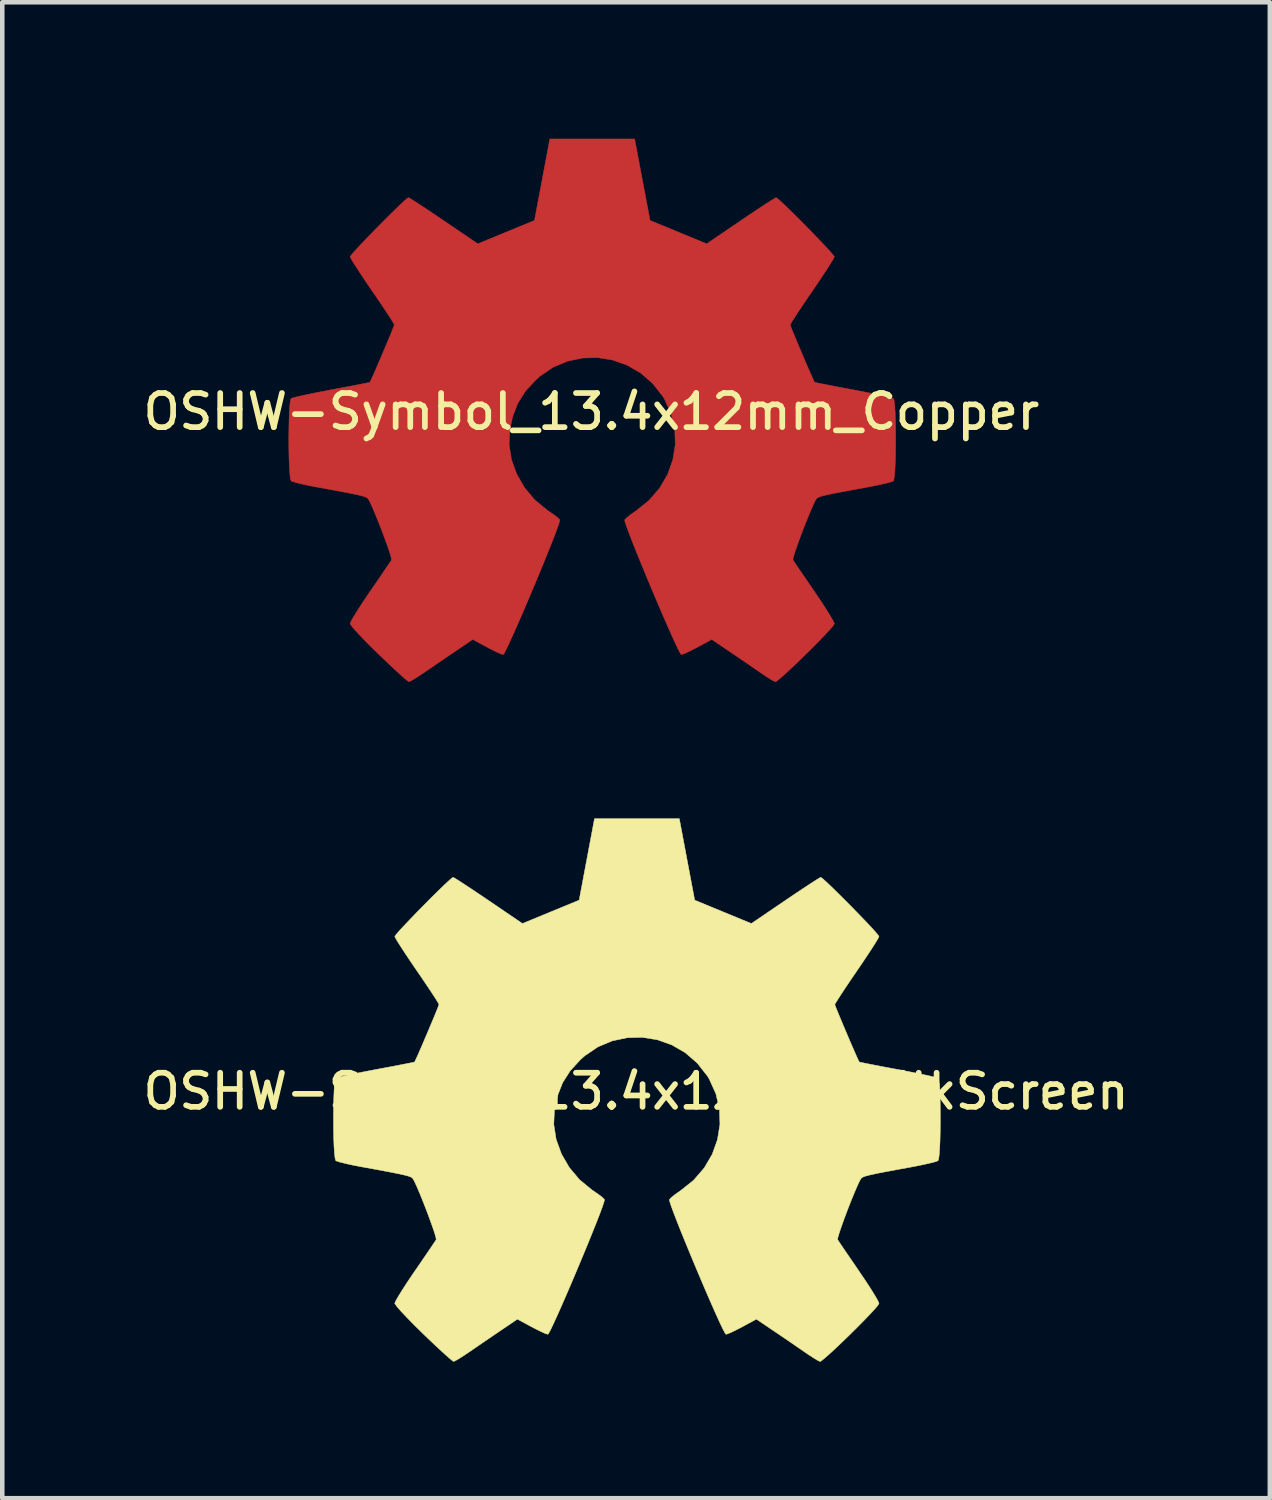
<source format=kicad_pcb>
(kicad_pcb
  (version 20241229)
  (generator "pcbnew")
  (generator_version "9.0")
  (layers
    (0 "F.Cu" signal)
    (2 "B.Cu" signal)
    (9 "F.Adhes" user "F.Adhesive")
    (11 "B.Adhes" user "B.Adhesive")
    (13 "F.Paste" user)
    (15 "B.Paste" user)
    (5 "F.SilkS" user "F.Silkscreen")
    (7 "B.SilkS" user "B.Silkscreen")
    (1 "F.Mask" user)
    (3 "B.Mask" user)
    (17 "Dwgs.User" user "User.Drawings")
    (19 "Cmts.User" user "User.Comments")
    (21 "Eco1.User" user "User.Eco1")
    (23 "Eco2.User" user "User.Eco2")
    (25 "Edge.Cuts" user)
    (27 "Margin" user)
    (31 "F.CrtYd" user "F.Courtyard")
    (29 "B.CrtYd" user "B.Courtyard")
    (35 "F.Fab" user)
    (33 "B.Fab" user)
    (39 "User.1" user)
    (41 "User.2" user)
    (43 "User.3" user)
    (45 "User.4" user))
  (footprint "OSHW-Symbol_13.4x12mm_Copper"
    (layer "F.Cu")
    (at 9.952 6)
    (property "Reference" "OSHW-Symbol_13.4x12mm_Copper" (at 0 0 0) (layer "F.SilkS") (effects (font (size 0.75 0.75) (thickness 0.125))))
    (attr exclude_from_pos_files exclude_from_bom allow_missing_courtyard)
    (fp_poly (pts (xy 1.12 -5.099) (xy 1.289 -4.204) (xy 1.912 -3.947) (xy 2.535 -3.69) (xy 3.282 -4.198) (xy 3.492 -4.34) (xy 3.681 -4.466) (xy 3.841 -4.571) (xy 3.964 -4.65) (xy 4.04 -4.696) (xy 4.06 -4.706) (xy 4.098 -4.681) (xy 4.177 -4.61) (xy 4.29 -4.503) (xy 4.428 -4.368) (xy 4.581 -4.216) (xy 4.741 -4.055) (xy 4.898 -3.893) (xy 5.045 -3.741) (xy 5.171 -3.607) (xy 5.268 -3.5) (xy 5.327 -3.429) (xy 5.341 -3.406) (xy 5.321 -3.362) (xy 5.264 -3.267) (xy 5.176 -3.128) (xy 5.063 -2.957) (xy 4.932 -2.762) (xy 4.856 -2.651) (xy 4.717 -2.447) (xy 4.594 -2.264) (xy 4.492 -2.109) (xy 4.418 -1.993) (xy 4.376 -1.924) (xy 4.37 -1.909) (xy 4.384 -1.868) (xy 4.422 -1.772) (xy 4.479 -1.634) (xy 4.548 -1.469) (xy 4.624 -1.289) (xy 4.701 -1.108) (xy 4.774 -0.94) (xy 4.836 -0.798) (xy 4.882 -0.696) (xy 4.906 -0.648) (xy 4.907 -0.646) (xy 4.945 -0.637) (xy 5.046 -0.616) (xy 5.2 -0.586) (xy 5.395 -0.548) (xy 5.622 -0.505) (xy 5.755 -0.481) (xy 5.998 -0.434) (xy 6.217 -0.39) (xy 6.402 -0.351) (xy 6.541 -0.319) (xy 6.623 -0.296) (xy 6.639 -0.289) (xy 6.656 -0.24) (xy 6.669 -0.129) (xy 6.679 0.03) (xy 6.686 0.226) (xy 6.689 0.444) (xy 6.69 0.672) (xy 6.687 0.897) (xy 6.682 1.106) (xy 6.673 1.286) (xy 6.662 1.424) (xy 6.647 1.507) (xy 6.638 1.525) (xy 6.586 1.546) (xy 6.474 1.575) (xy 6.318 1.61) (xy 6.133 1.648) (xy 6.069 1.66) (xy 5.757 1.717) (xy 5.511 1.763) (xy 5.322 1.799) (xy 5.183 1.829) (xy 5.084 1.852) (xy 5.018 1.872) (xy 4.978 1.89) (xy 4.953 1.907) (xy 4.95 1.911) (xy 4.916 1.967) (xy 4.865 2.077) (xy 4.801 2.226) (xy 4.729 2.401) (xy 4.655 2.59) (xy 4.584 2.778) (xy 4.521 2.953) (xy 4.471 3.1) (xy 4.439 3.207) (xy 4.431 3.259) (xy 4.432 3.261) (xy 4.46 3.304) (xy 4.524 3.399) (xy 4.616 3.535) (xy 4.732 3.704) (xy 4.862 3.894) (xy 4.899 3.949) (xy 5.032 4.145) (xy 5.149 4.324) (xy 5.243 4.475) (xy 5.309 4.589) (xy 5.34 4.655) (xy 5.341 4.663) (xy 5.316 4.706) (xy 5.244 4.79) (xy 5.136 4.907) (xy 5.001 5.047) (xy 4.848 5.202) (xy 4.685 5.363) (xy 4.524 5.519) (xy 4.371 5.664) (xy 4.238 5.786) (xy 4.132 5.878) (xy 4.064 5.931) (xy 4.045 5.939) (xy 4 5.919) (xy 3.91 5.865) (xy 3.788 5.786) (xy 3.695 5.722) (xy 3.525 5.605) (xy 3.324 5.467) (xy 3.122 5.33) (xy 3.013 5.257) (xy 2.646 5.008) (xy 2.338 5.175) (xy 2.197 5.248) (xy 2.078 5.305) (xy 1.997 5.337) (xy 1.977 5.341) (xy 1.952 5.308) (xy 1.903 5.214) (xy 1.834 5.068) (xy 1.748 4.879) (xy 1.649 4.655) (xy 1.54 4.405) (xy 1.426 4.137) (xy 1.309 3.861) (xy 1.194 3.585) (xy 1.084 3.317) (xy 0.982 3.067) (xy 0.893 2.842) (xy 0.82 2.652) (xy 0.767 2.506) (xy 0.737 2.411) (xy 0.732 2.379) (xy 0.77 2.338) (xy 0.854 2.27) (xy 0.966 2.191) (xy 0.976 2.185) (xy 1.266 1.953) (xy 1.5 1.682) (xy 1.675 1.382) (xy 1.79 1.06) (xy 1.844 0.725) (xy 1.833 0.386) (xy 1.755 0.052) (xy 1.61 -0.269) (xy 1.567 -0.34) (xy 1.344 -0.623) (xy 1.08 -0.851) (xy 0.786 -1.021) (xy 0.469 -1.134) (xy 0.139 -1.187) (xy -0.195 -1.179) (xy -0.523 -1.11) (xy -0.838 -0.978) (xy -1.129 -0.781) (xy -1.219 -0.701) (xy -1.448 -0.452) (xy -1.615 -0.189) (xy -1.73 0.105) (xy -1.794 0.397) (xy -1.809 0.725) (xy -1.757 1.055) (xy -1.641 1.375) (xy -1.468 1.674) (xy -1.243 1.942) (xy -0.971 2.166) (xy -0.935 2.19) (xy -0.822 2.268) (xy -0.736 2.335) (xy -0.694 2.378) (xy -0.694 2.379) (xy -0.703 2.425) (xy -0.738 2.531) (xy -0.795 2.686) (xy -0.872 2.884) (xy -0.964 3.114) (xy -1.067 3.368) (xy -1.179 3.638) (xy -1.295 3.915) (xy -1.411 4.19) (xy -1.525 4.455) (xy -1.632 4.701) (xy -1.729 4.919) (xy -1.812 5.1) (xy -1.877 5.237) (xy -1.921 5.32) (xy -1.939 5.341) (xy -1.994 5.325) (xy -2.096 5.279) (xy -2.228 5.213) (xy -2.3 5.175) (xy -2.609 5.008) (xy -2.976 5.257) (xy -3.163 5.384) (xy -3.369 5.524) (xy -3.561 5.656) (xy -3.657 5.722) (xy -3.793 5.813) (xy -3.907 5.885) (xy -3.986 5.929) (xy -4.012 5.938) (xy -4.049 5.913) (xy -4.132 5.843) (xy -4.252 5.735) (xy -4.401 5.597) (xy -4.572 5.435) (xy -4.68 5.331) (xy -4.868 5.146) (xy -5.031 4.98) (xy -5.162 4.841) (xy -5.254 4.736) (xy -5.301 4.671) (xy -5.305 4.658) (xy -5.284 4.608) (xy -5.227 4.508) (xy -5.139 4.366) (xy -5.028 4.194) (xy -4.899 4.002) (xy -4.862 3.949) (xy -4.728 3.754) (xy -4.608 3.578) (xy -4.509 3.432) (xy -4.437 3.325) (xy -4.398 3.267) (xy -4.394 3.261) (xy -4.4 3.215) (xy -4.429 3.113) (xy -4.478 2.97) (xy -4.54 2.798) (xy -4.61 2.61) (xy -4.684 2.421) (xy -4.756 2.243) (xy -4.821 2.091) (xy -4.874 1.976) (xy -4.91 1.914) (xy -4.913 1.911) (xy -4.935 1.893) (xy -4.972 1.875) (xy -5.032 1.856) (xy -5.124 1.833) (xy -5.255 1.805) (xy -5.434 1.77) (xy -5.668 1.726) (xy -5.967 1.671) (xy -6.031 1.66) (xy -6.223 1.623) (xy -6.39 1.586) (xy -6.517 1.554) (xy -6.591 1.53) (xy -6.601 1.525) (xy -6.617 1.475) (xy -6.63 1.364) (xy -6.641 1.204) (xy -6.648 1.008) (xy -6.652 0.79) (xy -6.653 0.562) (xy -6.65 0.337) (xy -6.645 0.128) (xy -6.637 -0.052) (xy -6.625 -0.189) (xy -6.611 -0.272) (xy -6.602 -0.289) (xy -6.553 -0.306) (xy -6.442 -0.334) (xy -6.279 -0.37) (xy -6.076 -0.412) (xy -5.844 -0.457) (xy -5.718 -0.481) (xy -5.478 -0.526) (xy -5.264 -0.566) (xy -5.086 -0.601) (xy -4.955 -0.627) (xy -4.882 -0.642) (xy -4.87 -0.646) (xy -4.85 -0.685) (xy -4.806 -0.78) (xy -4.746 -0.917) (xy -4.675 -1.082) (xy -4.598 -1.262) (xy -4.522 -1.443) (xy -4.451 -1.611) (xy -4.392 -1.755) (xy -4.351 -1.858) (xy -4.333 -1.909) (xy -4.333 -1.911) (xy -4.353 -1.951) (xy -4.41 -2.043) (xy -4.498 -2.178) (xy -4.611 -2.347) (xy -4.742 -2.541) (xy -4.819 -2.652) (xy -4.958 -2.856) (xy -5.081 -3.041) (xy -5.183 -3.198) (xy -5.258 -3.317) (xy -5.298 -3.39) (xy -5.304 -3.406) (xy -5.279 -3.444) (xy -5.209 -3.525) (xy -5.103 -3.64) (xy -4.971 -3.779) (xy -4.821 -3.935) (xy -4.662 -4.097) (xy -4.503 -4.257) (xy -4.353 -4.405) (xy -4.221 -4.533) (xy -4.115 -4.632) (xy -4.046 -4.692) (xy -4.022 -4.706) (xy -3.984 -4.686) (xy -3.894 -4.63) (xy -3.759 -4.542) (xy -3.589 -4.43) (xy -3.393 -4.298) (xy -3.245 -4.198) (xy -2.498 -3.69) (xy -1.874 -3.947) (xy -1.251 -4.204) (xy -0.914 -5.995) (xy 0.951 -5.995) (xy 1.12 -5.099)) (stroke (width 0.01) (type solid)) (fill yes) (layer "F.Cu")))
  (footprint "OSHW-Symbol_13.4x12mm_SilkScreen"
    (layer "F.Cu")
    (at 10.934 20.944)
    (property "Reference" "OSHW-Symbol_13.4x12mm_SilkScreen" (at 0 0 0) (layer "F.SilkS") (effects (font (size 0.75 0.75) (thickness 0.125))))
    (attr exclude_from_pos_files exclude_from_bom allow_missing_courtyard)
    (fp_poly (pts (xy 1.12 -5.099) (xy 1.289 -4.204) (xy 1.912 -3.947) (xy 2.535 -3.69) (xy 3.282 -4.198) (xy 3.492 -4.34) (xy 3.681 -4.466) (xy 3.841 -4.571) (xy 3.964 -4.65) (xy 4.04 -4.696) (xy 4.06 -4.706) (xy 4.098 -4.681) (xy 4.177 -4.61) (xy 4.29 -4.503) (xy 4.428 -4.368) (xy 4.581 -4.216) (xy 4.741 -4.055) (xy 4.898 -3.893) (xy 5.045 -3.741) (xy 5.171 -3.607) (xy 5.268 -3.5) (xy 5.327 -3.429) (xy 5.341 -3.406) (xy 5.321 -3.362) (xy 5.264 -3.267) (xy 5.176 -3.128) (xy 5.063 -2.957) (xy 4.932 -2.762) (xy 4.856 -2.651) (xy 4.717 -2.447) (xy 4.594 -2.264) (xy 4.492 -2.109) (xy 4.418 -1.993) (xy 4.376 -1.924) (xy 4.37 -1.909) (xy 4.384 -1.868) (xy 4.422 -1.772) (xy 4.479 -1.634) (xy 4.548 -1.469) (xy 4.624 -1.289) (xy 4.701 -1.108) (xy 4.774 -0.94) (xy 4.836 -0.798) (xy 4.882 -0.696) (xy 4.906 -0.648) (xy 4.907 -0.646) (xy 4.945 -0.637) (xy 5.046 -0.616) (xy 5.2 -0.586) (xy 5.395 -0.548) (xy 5.622 -0.505) (xy 5.755 -0.481) (xy 5.998 -0.434) (xy 6.217 -0.39) (xy 6.402 -0.351) (xy 6.541 -0.319) (xy 6.623 -0.296) (xy 6.639 -0.289) (xy 6.656 -0.24) (xy 6.669 -0.129) (xy 6.679 0.03) (xy 6.686 0.226) (xy 6.689 0.444) (xy 6.69 0.672) (xy 6.687 0.897) (xy 6.682 1.106) (xy 6.673 1.286) (xy 6.662 1.424) (xy 6.647 1.507) (xy 6.638 1.525) (xy 6.586 1.546) (xy 6.474 1.575) (xy 6.318 1.61) (xy 6.133 1.648) (xy 6.069 1.66) (xy 5.757 1.717) (xy 5.511 1.763) (xy 5.322 1.799) (xy 5.183 1.829) (xy 5.084 1.852) (xy 5.018 1.872) (xy 4.978 1.89) (xy 4.953 1.907) (xy 4.95 1.911) (xy 4.916 1.967) (xy 4.865 2.077) (xy 4.801 2.226) (xy 4.729 2.401) (xy 4.655 2.59) (xy 4.584 2.778) (xy 4.521 2.953) (xy 4.471 3.1) (xy 4.439 3.207) (xy 4.431 3.259) (xy 4.432 3.261) (xy 4.46 3.304) (xy 4.524 3.399) (xy 4.616 3.535) (xy 4.732 3.704) (xy 4.862 3.894) (xy 4.899 3.949) (xy 5.032 4.145) (xy 5.149 4.324) (xy 5.243 4.475) (xy 5.309 4.589) (xy 5.34 4.655) (xy 5.341 4.663) (xy 5.316 4.706) (xy 5.244 4.79) (xy 5.136 4.907) (xy 5.001 5.047) (xy 4.848 5.202) (xy 4.685 5.363) (xy 4.524 5.519) (xy 4.371 5.664) (xy 4.238 5.786) (xy 4.132 5.878) (xy 4.064 5.931) (xy 4.045 5.939) (xy 4 5.919) (xy 3.91 5.865) (xy 3.788 5.786) (xy 3.695 5.722) (xy 3.525 5.605) (xy 3.324 5.467) (xy 3.122 5.33) (xy 3.013 5.257) (xy 2.646 5.008) (xy 2.338 5.175) (xy 2.197 5.248) (xy 2.078 5.305) (xy 1.997 5.337) (xy 1.977 5.341) (xy 1.952 5.308) (xy 1.903 5.214) (xy 1.834 5.068) (xy 1.748 4.879) (xy 1.649 4.655) (xy 1.54 4.405) (xy 1.426 4.137) (xy 1.309 3.861) (xy 1.194 3.585) (xy 1.084 3.317) (xy 0.982 3.067) (xy 0.893 2.842) (xy 0.82 2.652) (xy 0.767 2.506) (xy 0.737 2.411) (xy 0.732 2.379) (xy 0.77 2.338) (xy 0.854 2.27) (xy 0.966 2.191) (xy 0.976 2.185) (xy 1.266 1.953) (xy 1.5 1.682) (xy 1.675 1.382) (xy 1.79 1.06) (xy 1.844 0.725) (xy 1.833 0.386) (xy 1.755 0.052) (xy 1.61 -0.269) (xy 1.567 -0.34) (xy 1.344 -0.623) (xy 1.08 -0.851) (xy 0.786 -1.021) (xy 0.469 -1.134) (xy 0.139 -1.187) (xy -0.195 -1.179) (xy -0.523 -1.11) (xy -0.838 -0.978) (xy -1.129 -0.781) (xy -1.219 -0.701) (xy -1.448 -0.452) (xy -1.615 -0.189) (xy -1.73 0.105) (xy -1.794 0.397) (xy -1.809 0.725) (xy -1.757 1.055) (xy -1.641 1.375) (xy -1.468 1.674) (xy -1.243 1.942) (xy -0.971 2.166) (xy -0.935 2.19) (xy -0.822 2.268) (xy -0.736 2.335) (xy -0.694 2.378) (xy -0.694 2.379) (xy -0.703 2.425) (xy -0.738 2.531) (xy -0.795 2.686) (xy -0.872 2.884) (xy -0.964 3.114) (xy -1.067 3.368) (xy -1.179 3.638) (xy -1.295 3.915) (xy -1.411 4.19) (xy -1.525 4.455) (xy -1.632 4.701) (xy -1.729 4.919) (xy -1.812 5.1) (xy -1.877 5.237) (xy -1.921 5.32) (xy -1.939 5.341) (xy -1.994 5.325) (xy -2.096 5.279) (xy -2.228 5.213) (xy -2.3 5.175) (xy -2.609 5.008) (xy -2.976 5.257) (xy -3.163 5.384) (xy -3.369 5.524) (xy -3.561 5.656) (xy -3.657 5.722) (xy -3.793 5.813) (xy -3.907 5.885) (xy -3.986 5.929) (xy -4.012 5.938) (xy -4.049 5.913) (xy -4.132 5.843) (xy -4.252 5.735) (xy -4.401 5.597) (xy -4.572 5.435) (xy -4.68 5.331) (xy -4.868 5.146) (xy -5.031 4.98) (xy -5.162 4.841) (xy -5.254 4.736) (xy -5.301 4.671) (xy -5.305 4.658) (xy -5.284 4.608) (xy -5.227 4.508) (xy -5.139 4.366) (xy -5.028 4.194) (xy -4.899 4.002) (xy -4.862 3.949) (xy -4.728 3.754) (xy -4.608 3.578) (xy -4.509 3.432) (xy -4.437 3.325) (xy -4.398 3.267) (xy -4.394 3.261) (xy -4.4 3.215) (xy -4.429 3.113) (xy -4.478 2.97) (xy -4.54 2.798) (xy -4.61 2.61) (xy -4.684 2.421) (xy -4.756 2.243) (xy -4.821 2.091) (xy -4.874 1.976) (xy -4.91 1.914) (xy -4.913 1.911) (xy -4.935 1.893) (xy -4.972 1.875) (xy -5.032 1.856) (xy -5.124 1.833) (xy -5.255 1.805) (xy -5.434 1.77) (xy -5.668 1.726) (xy -5.967 1.671) (xy -6.031 1.66) (xy -6.223 1.623) (xy -6.39 1.586) (xy -6.517 1.554) (xy -6.591 1.53) (xy -6.601 1.525) (xy -6.617 1.475) (xy -6.63 1.364) (xy -6.641 1.204) (xy -6.648 1.008) (xy -6.652 0.79) (xy -6.653 0.562) (xy -6.65 0.337) (xy -6.645 0.128) (xy -6.637 -0.052) (xy -6.625 -0.189) (xy -6.611 -0.272) (xy -6.602 -0.289) (xy -6.553 -0.306) (xy -6.442 -0.334) (xy -6.279 -0.37) (xy -6.076 -0.412) (xy -5.844 -0.457) (xy -5.718 -0.481) (xy -5.478 -0.526) (xy -5.264 -0.566) (xy -5.086 -0.601) (xy -4.955 -0.627) (xy -4.882 -0.642) (xy -4.87 -0.646) (xy -4.85 -0.685) (xy -4.806 -0.78) (xy -4.746 -0.917) (xy -4.675 -1.082) (xy -4.598 -1.262) (xy -4.522 -1.443) (xy -4.451 -1.611) (xy -4.392 -1.755) (xy -4.351 -1.858) (xy -4.333 -1.909) (xy -4.333 -1.911) (xy -4.353 -1.951) (xy -4.41 -2.043) (xy -4.498 -2.178) (xy -4.611 -2.347) (xy -4.742 -2.541) (xy -4.819 -2.652) (xy -4.958 -2.856) (xy -5.081 -3.041) (xy -5.183 -3.198) (xy -5.258 -3.317) (xy -5.298 -3.39) (xy -5.304 -3.406) (xy -5.279 -3.444) (xy -5.209 -3.525) (xy -5.103 -3.64) (xy -4.971 -3.779) (xy -4.821 -3.935) (xy -4.662 -4.097) (xy -4.503 -4.257) (xy -4.353 -4.405) (xy -4.221 -4.533) (xy -4.115 -4.632) (xy -4.046 -4.692) (xy -4.022 -4.706) (xy -3.984 -4.686) (xy -3.894 -4.63) (xy -3.759 -4.542) (xy -3.589 -4.43) (xy -3.393 -4.298) (xy -3.245 -4.198) (xy -2.498 -3.69) (xy -1.874 -3.947) (xy -1.251 -4.204) (xy -0.914 -5.995) (xy 0.951 -5.995) (xy 1.12 -5.099)) (stroke (width 0.01) (type solid)) (fill yes) (layer "F.SilkS")))
  (gr_rect
    (start -3 -3)
    (end 24.868 29.889)
    (stroke (width 0.1) (type default))
    (fill no)
    (layer "Edge.Cuts")))
</source>
